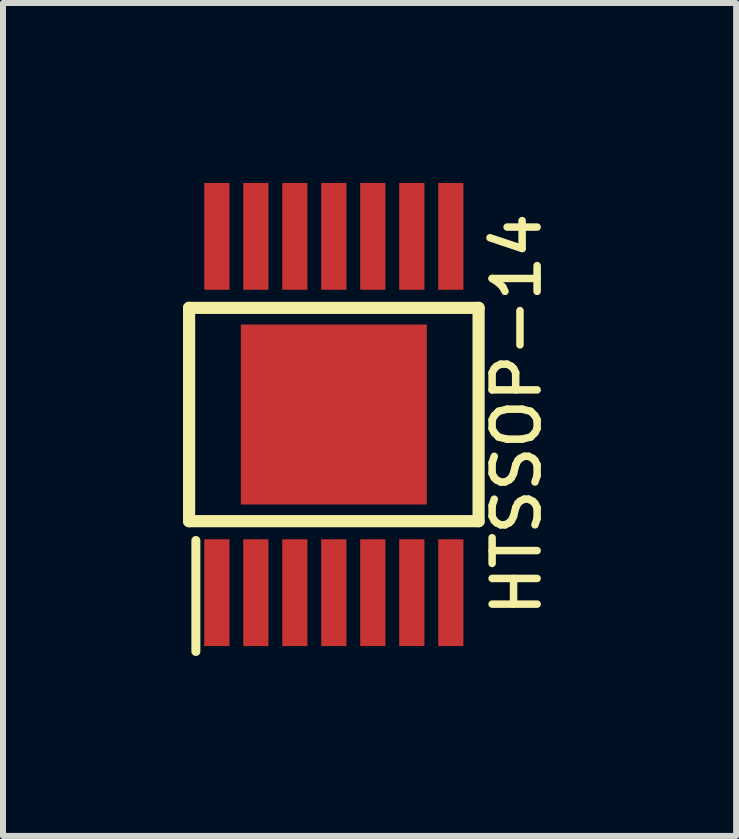
<source format=kicad_pcb>
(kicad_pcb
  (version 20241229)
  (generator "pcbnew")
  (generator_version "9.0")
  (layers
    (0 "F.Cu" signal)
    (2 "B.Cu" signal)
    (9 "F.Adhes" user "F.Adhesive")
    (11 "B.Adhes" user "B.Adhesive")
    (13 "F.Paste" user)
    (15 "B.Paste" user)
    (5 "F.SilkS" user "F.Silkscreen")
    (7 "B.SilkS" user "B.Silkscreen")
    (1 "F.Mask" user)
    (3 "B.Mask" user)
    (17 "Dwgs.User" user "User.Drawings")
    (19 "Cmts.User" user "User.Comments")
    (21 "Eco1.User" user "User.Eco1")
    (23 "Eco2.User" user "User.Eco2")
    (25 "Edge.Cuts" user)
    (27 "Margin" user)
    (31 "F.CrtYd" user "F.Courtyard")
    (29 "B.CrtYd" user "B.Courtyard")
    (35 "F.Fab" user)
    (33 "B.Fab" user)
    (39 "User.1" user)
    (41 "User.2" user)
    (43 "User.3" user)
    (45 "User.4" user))
  (footprint "HTSSOP-14"
    (layer "F.Cu")
    (at 2.515 3.86)
    (property "Reference" "HTSSOP-14" (at 3.048 0 90) (layer "F.SilkS") (effects (font (size 0.75 0.75) (thickness 0.125))))
    (attr smd)
    (fp_line (start -2.413 -1.778) (end 2.413 -1.778) (stroke (width 0.203) (type solid)) (layer "F.SilkS"))
    (fp_line (start -2.413 1.778) (end -2.413 -1.778) (stroke (width 0.203) (type solid)) (layer "F.SilkS"))
    (fp_line (start -2.3 2.1) (end -2.3 3.95) (stroke (width 0.15) (type solid)) (layer "F.SilkS"))
    (fp_line (start 2.413 -1.778) (end 2.413 1.778) (stroke (width 0.203) (type solid)) (layer "F.SilkS"))
    (fp_line (start 2.413 1.778) (end -2.413 1.778) (stroke (width 0.203) (type solid)) (layer "F.SilkS"))
    (pad "1" smd rect (at -1.95 2.97) (size 0.42 1.78) (layers "F.Cu" "F.Mask" "F.Paste"))
    (pad "2" smd rect (at -1.3 2.97) (size 0.42 1.78) (layers "F.Cu" "F.Mask" "F.Paste"))
    (pad "3" smd rect (at -0.65 2.97) (size 0.42 1.78) (layers "F.Cu" "F.Mask" "F.Paste"))
    (pad "4" smd rect (at 0 2.97) (size 0.42 1.78) (layers "F.Cu" "F.Mask" "F.Paste"))
    (pad "5" smd rect (at 0.65 2.97) (size 0.42 1.78) (layers "F.Cu" "F.Mask" "F.Paste"))
    (pad "6" smd rect (at 1.3 2.97) (size 0.42 1.78) (layers "F.Cu" "F.Mask" "F.Paste"))
    (pad "7" smd rect (at 1.95 2.97) (size 0.42 1.78) (layers "F.Cu" "F.Mask" "F.Paste"))
    (pad "8" smd rect (at 1.95 -2.97) (size 0.42 1.78) (layers "F.Cu" "F.Mask" "F.Paste"))
    (pad "9" smd rect (at 1.3 -2.97) (size 0.42 1.78) (layers "F.Cu" "F.Mask" "F.Paste"))
    (pad "10" smd rect (at 0.65 -2.97) (size 0.42 1.78) (layers "F.Cu" "F.Mask" "F.Paste"))
    (pad "11" smd rect (at 0 -2.97) (size 0.42 1.78) (layers "F.Cu" "F.Mask" "F.Paste"))
    (pad "12" smd rect (at -0.65 -2.97) (size 0.42 1.78) (layers "F.Cu" "F.Mask" "F.Paste"))
    (pad "13" smd rect (at -1.3 -2.97) (size 0.42 1.78) (layers "F.Cu" "F.Mask" "F.Paste"))
    (pad "14" smd rect (at -1.95 -2.97) (size 0.42 1.78) (layers "F.Cu" "F.Mask" "F.Paste"))
    (pad "15" smd rect (at 0 0) (size 3.1 3) (layers "F.Cu" "F.Mask" "F.Paste")))
  (gr_rect
    (start -3 -3)
    (end 9.221 10.885)
    (stroke (width 0.1) (type default))
    (fill no)
    (layer "Edge.Cuts")))
</source>
